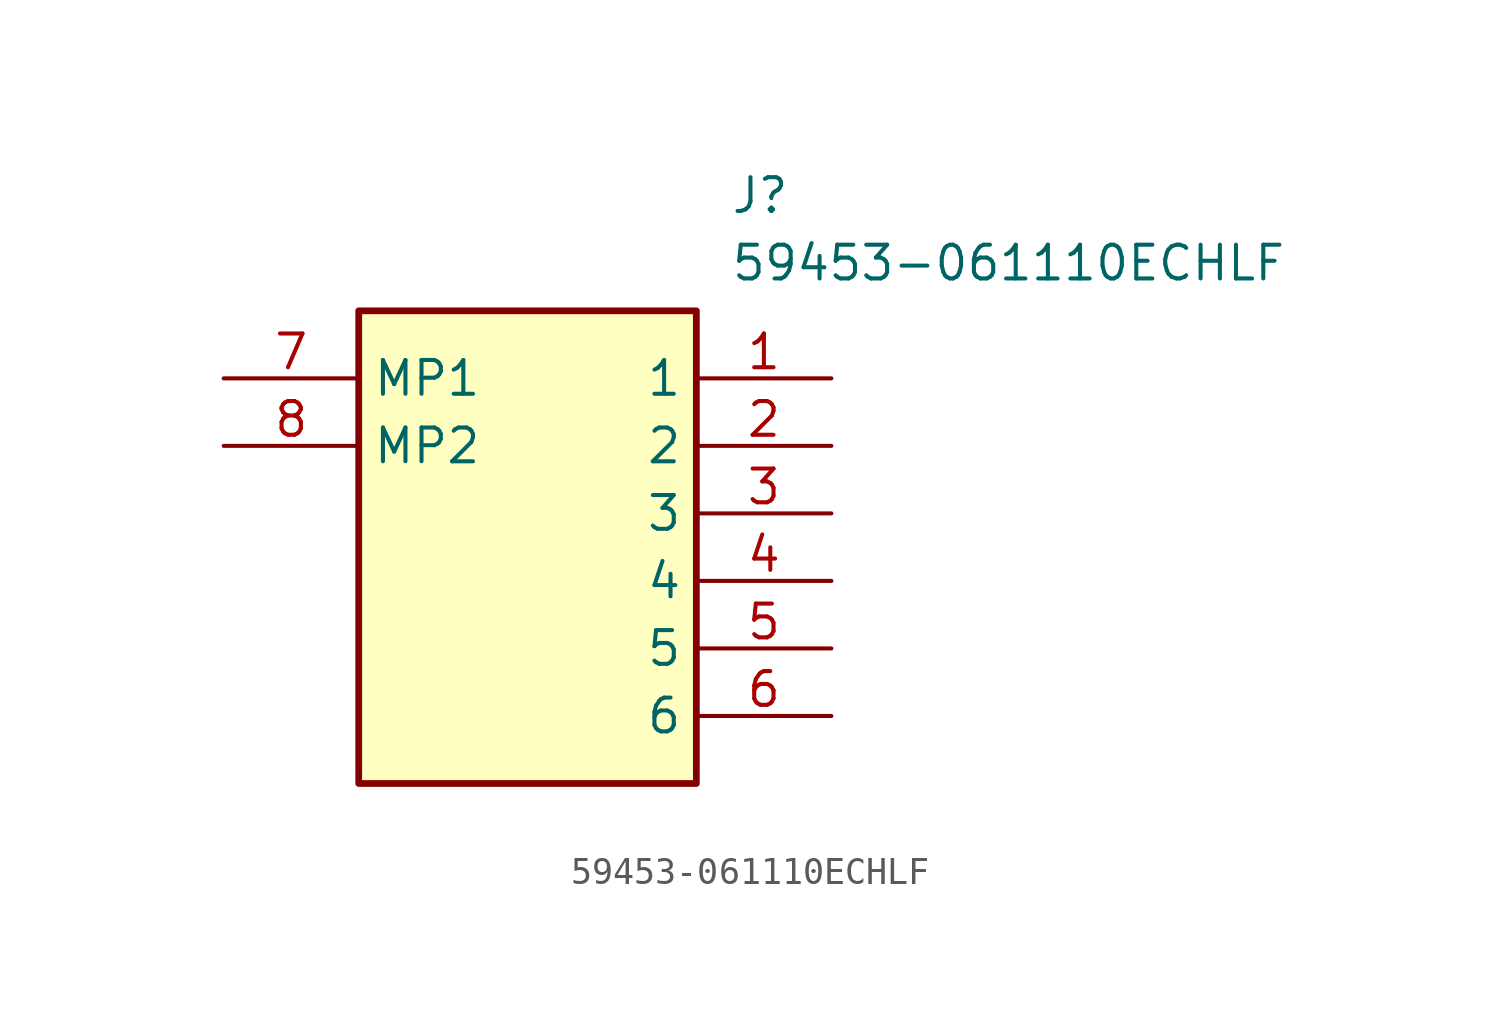
<source format=kicad_sym>
(kicad_symbol_lib
  (version 20211014)
  (generator SamacSys_ECAD_Model)
  (symbol "59453-061110ECHLF"
    (property "Reference" "J"
      (at 19.05 7.62 0)
      (effects (font (size 1.27 1.27)) (justify left top)))
    (property "Value" "59453-061110ECHLF"
      (at 19.05 5.08 0)
      (effects (font (size 1.27 1.27)) (justify left top)))
    (rectangle
      (start 5.08 2.54)
      (end 17.78 -15.24)
      (stroke (width 0.254) (type default))
      (fill (type background)))
    (pin passive line
      (at 22.86 0 180)
      (length 5.08)
      (name "1" (effects (font (size 1.27 1.27))))
      (number "1" (effects (font (size 1.27 1.27)))))
    (pin passive line
      (at 22.86 -2.54 180)
      (length 5.08)
      (name "2" (effects (font (size 1.27 1.27))))
      (number "2" (effects (font (size 1.27 1.27)))))
    (pin passive line
      (at 22.86 -5.08 180)
      (length 5.08)
      (name "3" (effects (font (size 1.27 1.27))))
      (number "3" (effects (font (size 1.27 1.27)))))
    (pin passive line
      (at 22.86 -7.62 180)
      (length 5.08)
      (name "4" (effects (font (size 1.27 1.27))))
      (number "4" (effects (font (size 1.27 1.27)))))
    (pin passive line
      (at 22.86 -10.16 180)
      (length 5.08)
      (name "5" (effects (font (size 1.27 1.27))))
      (number "5" (effects (font (size 1.27 1.27)))))
    (pin passive line
      (at 22.86 -12.7 180)
      (length 5.08)
      (name "6" (effects (font (size 1.27 1.27))))
      (number "6" (effects (font (size 1.27 1.27)))))
    (pin passive line
      (at 0 0 0)
      (length 5.08)
      (name "MP1" (effects (font (size 1.27 1.27))))
      (number "7" (effects (font (size 1.27 1.27)))))
    (pin passive line
      (at 0 -2.54 0)
      (length 5.08)
      (name "MP2" (effects (font (size 1.27 1.27))))
      (number "8" (effects (font (size 1.27 1.27)))))))
</source>
